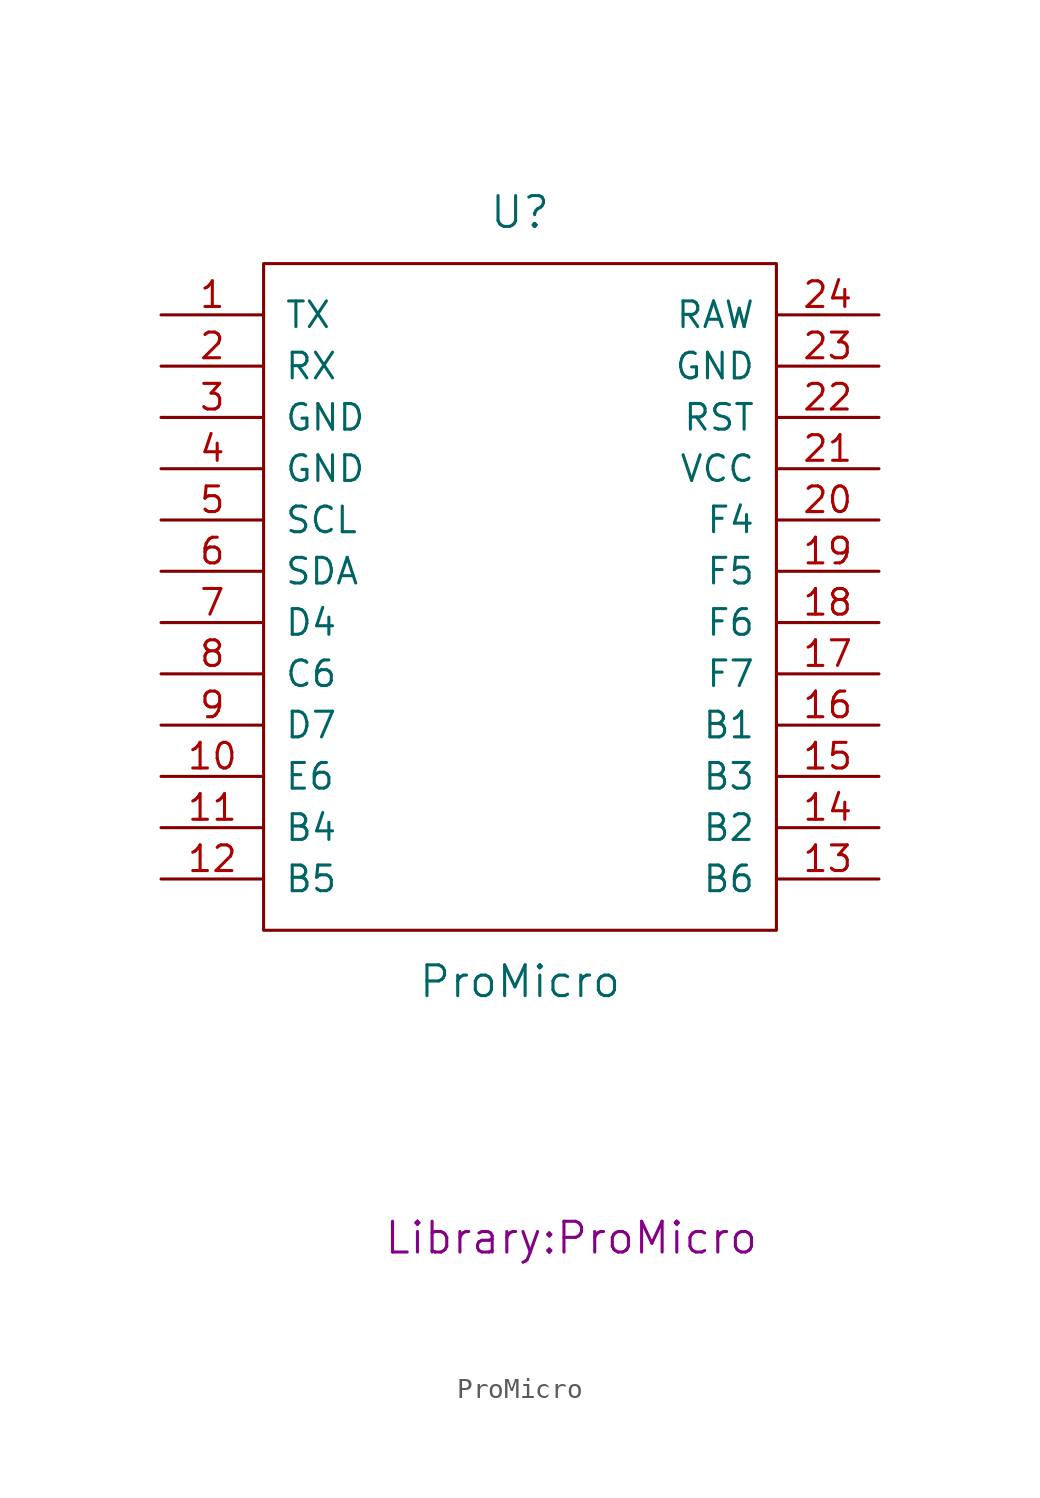
<source format=kicad_sym>
(kicad_symbol_lib
  (version 20231120)
  (generator "kicad_symbol_editor")
  (generator_version "8.0")
  (symbol "ProMicro"
    (pin_names
      (offset 1.016))
    (property "Reference" "U"
      (at 0 24.13 0)
      (effects (font (size 1.524 1.524))))
    (property "Value" "ProMicro"
      (at 0 -13.97 0)
      (effects (font (size 1.524 1.524))))
    (property "Footprint" "Library:ProMicro"
      (at 2.54 -26.67 0)
      (effects (font (size 1.524 1.524))))
    (property "Datasheet" ""
      (at 2.54 -26.67 0)
      (effects (font (size 1.524 1.524))))
    (symbol "ProMicro_0_1"
      (rectangle (start -12.7 21.59) (end 12.7 -11.43) (stroke (width 0) (type solid)) (fill (type none))))
    (symbol "ProMicro_1_1"
      (pin bidirectional line (at -17.78 19.05 0) (length 5.08) (name "TX" (effects (font (size 1.27 1.27)))) (number "1" (effects (font (size 1.27 1.27)))))
      (pin bidirectional line (at -17.78 -3.81 0) (length 5.08) (name "E6" (effects (font (size 1.27 1.27)))) (number "10" (effects (font (size 1.27 1.27)))))
      (pin bidirectional line (at -17.78 -6.35 0) (length 5.08) (name "B4" (effects (font (size 1.27 1.27)))) (number "11" (effects (font (size 1.27 1.27)))))
      (pin bidirectional line (at -17.78 -8.89 0) (length 5.08) (name "B5" (effects (font (size 1.27 1.27)))) (number "12" (effects (font (size 1.27 1.27)))))
      (pin bidirectional line (at 17.78 -8.89 180) (length 5.08) (name "B6" (effects (font (size 1.27 1.27)))) (number "13" (effects (font (size 1.27 1.27)))))
      (pin bidirectional line (at 17.78 -6.35 180) (length 5.08) (name "B2" (effects (font (size 1.27 1.27)))) (number "14" (effects (font (size 1.27 1.27)))))
      (pin bidirectional line (at 17.78 -3.81 180) (length 5.08) (name "B3" (effects (font (size 1.27 1.27)))) (number "15" (effects (font (size 1.27 1.27)))))
      (pin bidirectional line (at 17.78 -1.27 180) (length 5.08) (name "B1" (effects (font (size 1.27 1.27)))) (number "16" (effects (font (size 1.27 1.27)))))
      (pin bidirectional line (at 17.78 1.27 180) (length 5.08) (name "F7" (effects (font (size 1.27 1.27)))) (number "17" (effects (font (size 1.27 1.27)))))
      (pin bidirectional line (at 17.78 3.81 180) (length 5.08) (name "F6" (effects (font (size 1.27 1.27)))) (number "18" (effects (font (size 1.27 1.27)))))
      (pin bidirectional line (at 17.78 6.35 180) (length 5.08) (name "F5" (effects (font (size 1.27 1.27)))) (number "19" (effects (font (size 1.27 1.27)))))
      (pin bidirectional line (at -17.78 16.51 0) (length 5.08) (name "RX" (effects (font (size 1.27 1.27)))) (number "2" (effects (font (size 1.27 1.27)))))
      (pin bidirectional line (at 17.78 8.89 180) (length 5.08) (name "F4" (effects (font (size 1.27 1.27)))) (number "20" (effects (font (size 1.27 1.27)))))
      (pin power_in line (at 17.78 11.43 180) (length 5.08) (name "VCC" (effects (font (size 1.27 1.27)))) (number "21" (effects (font (size 1.27 1.27)))))
      (pin input line (at 17.78 13.97 180) (length 5.08) (name "RST" (effects (font (size 1.27 1.27)))) (number "22" (effects (font (size 1.27 1.27)))))
      (pin power_in line (at 17.78 16.51 180) (length 5.08) (name "GND" (effects (font (size 1.27 1.27)))) (number "23" (effects (font (size 1.27 1.27)))))
      (pin power_out line (at 17.78 19.05 180) (length 5.08) (name "RAW" (effects (font (size 1.27 1.27)))) (number "24" (effects (font (size 1.27 1.27)))))
      (pin power_in line (at -17.78 13.97 0) (length 5.08) (name "GND" (effects (font (size 1.27 1.27)))) (number "3" (effects (font (size 1.27 1.27)))))
      (pin power_in line (at -17.78 11.43 0) (length 5.08) (name "GND" (effects (font (size 1.27 1.27)))) (number "4" (effects (font (size 1.27 1.27)))))
      (pin bidirectional line (at -17.78 8.89 0) (length 5.08) (name "SCL" (effects (font (size 1.27 1.27)))) (number "5" (effects (font (size 1.27 1.27)))))
      (pin bidirectional line (at -17.78 6.35 0) (length 5.08) (name "SDA" (effects (font (size 1.27 1.27)))) (number "6" (effects (font (size 1.27 1.27)))))
      (pin bidirectional line (at -17.78 3.81 0) (length 5.08) (name "D4" (effects (font (size 1.27 1.27)))) (number "7" (effects (font (size 1.27 1.27)))))
      (pin bidirectional line (at -17.78 1.27 0) (length 5.08) (name "C6" (effects (font (size 1.27 1.27)))) (number "8" (effects (font (size 1.27 1.27)))))
      (pin bidirectional line (at -17.78 -1.27 0) (length 5.08) (name "D7" (effects (font (size 1.27 1.27)))) (number "9" (effects (font (size 1.27 1.27))))))))
</source>
